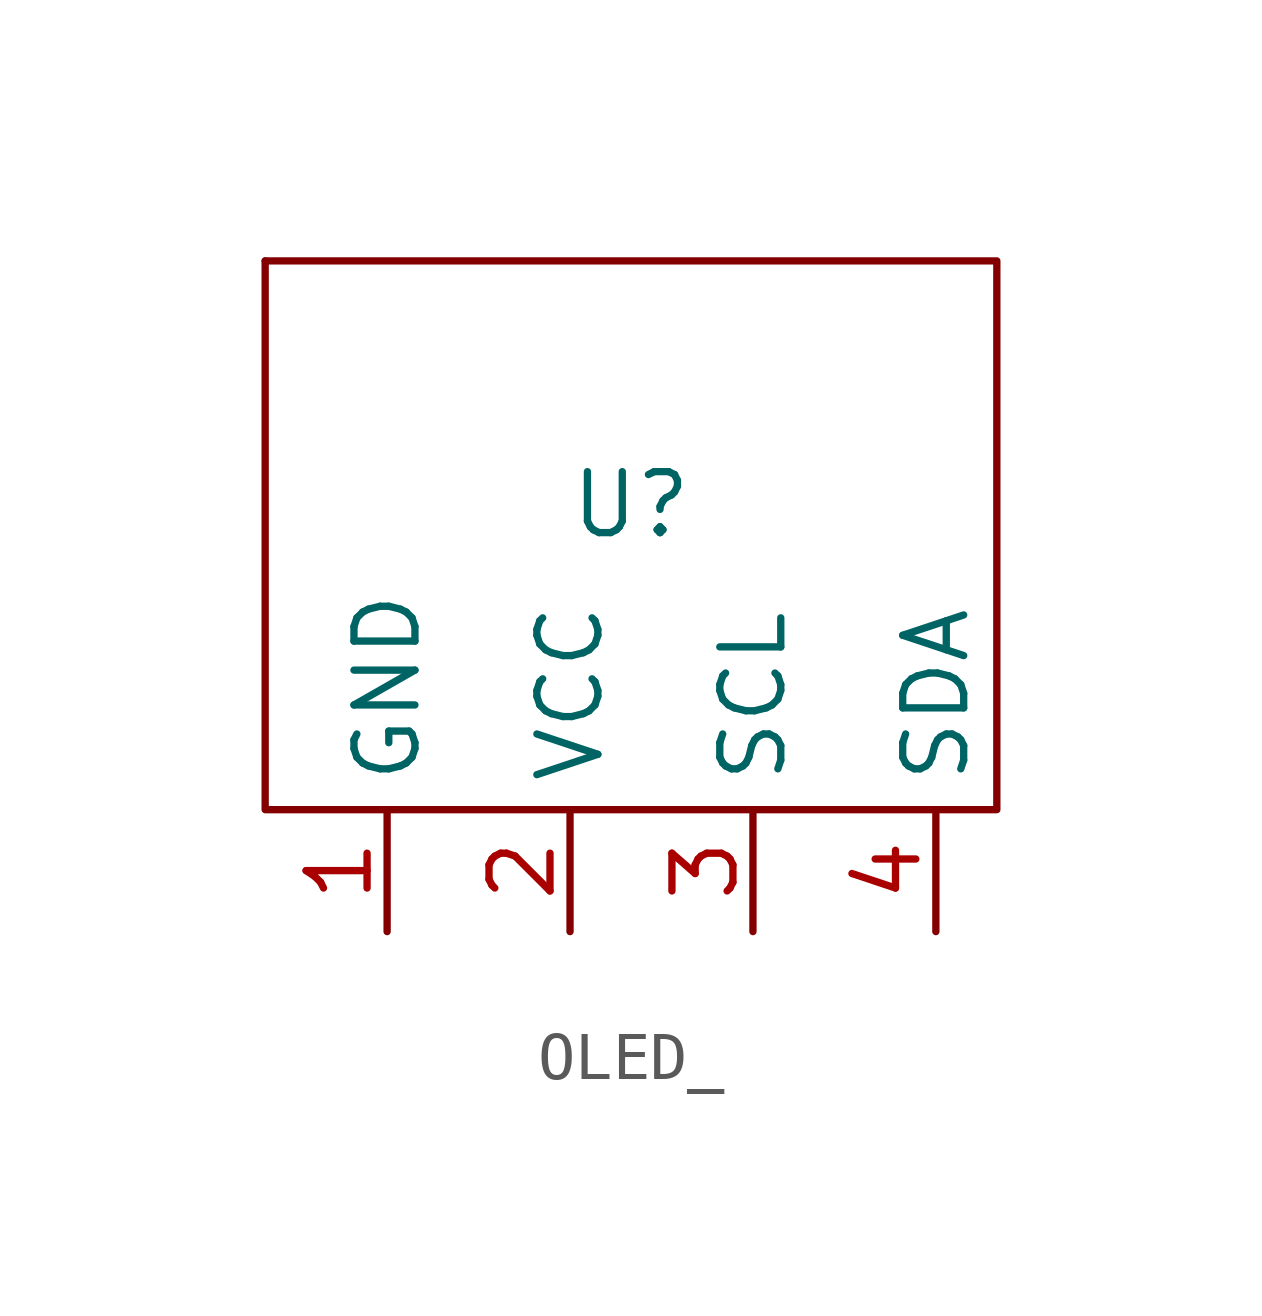
<source format=kicad_sym>
(kicad_symbol_lib
  (version 20241209)
  (generator "kicad_symbol_editor")
  (generator_version "9.0")
  (symbol "OLED_"
    (property "Reference" "U"
      (at 0 0 0)
      (effects (font (size 1.27 1.27))))
    (property "Value" ""
      (at 0 0 0)
      (effects (font (size 1.27 1.27))))
    (symbol "OLED__0_1"
      (rectangle (start -7.62 5.08) (end -7.62 5.08) (stroke (width 0) (type default)) (fill (type none)))
      (rectangle (start -7.62 5.08) (end 7.62 -6.35) (stroke (width 0) (type default)) (fill (type none))))
    (symbol "OLED__1_1"
      (pin input line (at -5.08 -8.89 90) (length 2.54) (name "GND" (effects (font (size 1.27 1.27)))) (number "1" (effects (font (size 1.27 1.27)))))
      (pin input line (at -1.27 -8.89 90) (length 2.54) (name "VCC" (effects (font (size 1.27 1.27)))) (number "2" (effects (font (size 1.27 1.27)))))
      (pin input line (at 2.54 -8.89 90) (length 2.54) (name "SCL" (effects (font (size 1.27 1.27)))) (number "3" (effects (font (size 1.27 1.27)))))
      (pin input line (at 6.35 -8.89 90) (length 2.54) (name "SDA" (effects (font (size 1.27 1.27)))) (number "4" (effects (font (size 1.27 1.27))))))))
</source>
